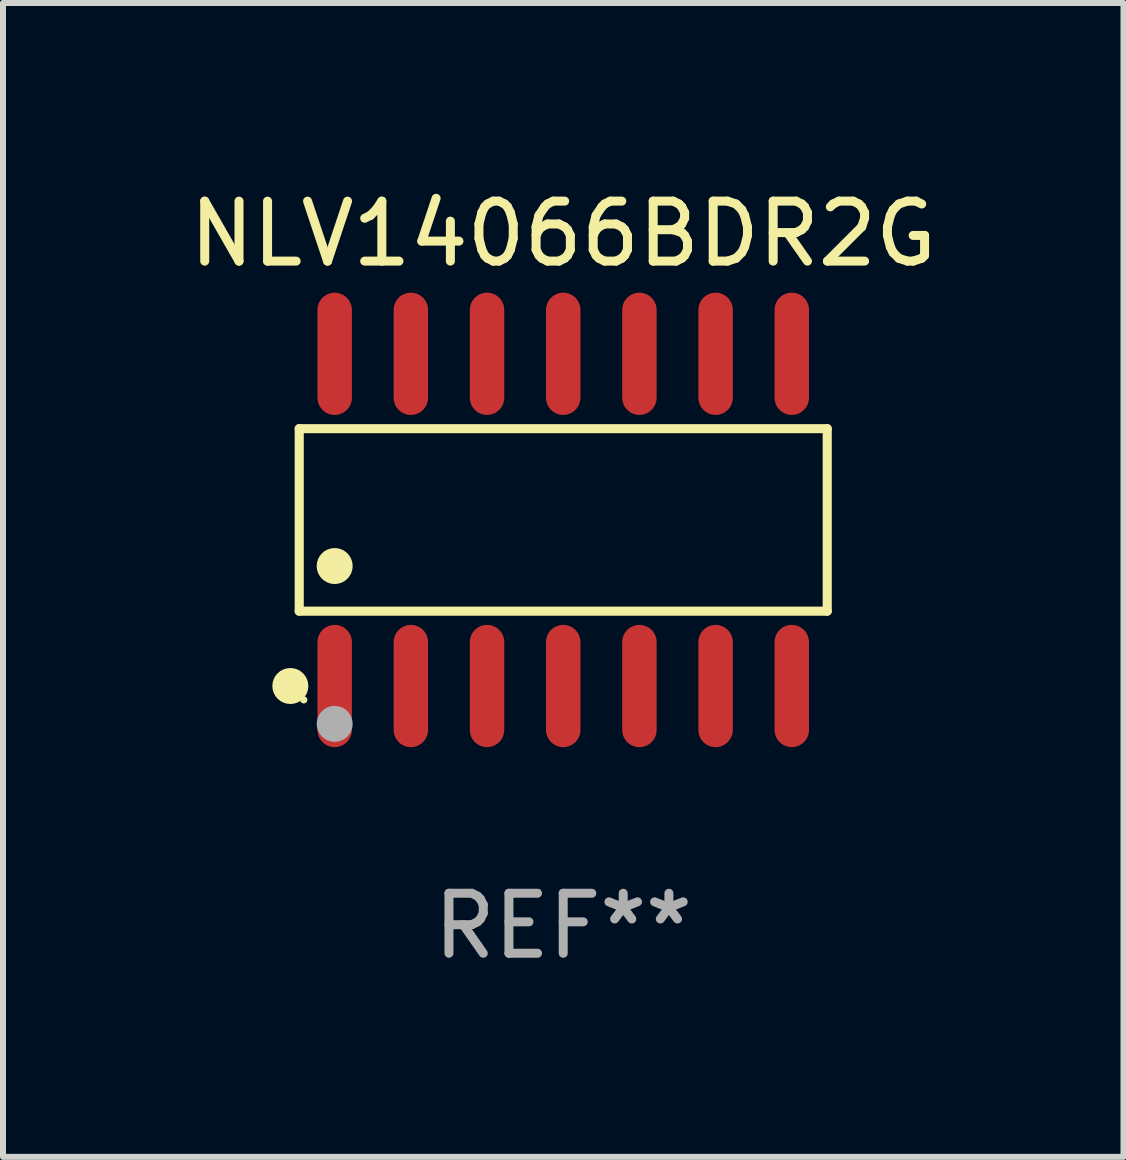
<source format=kicad_pcb>
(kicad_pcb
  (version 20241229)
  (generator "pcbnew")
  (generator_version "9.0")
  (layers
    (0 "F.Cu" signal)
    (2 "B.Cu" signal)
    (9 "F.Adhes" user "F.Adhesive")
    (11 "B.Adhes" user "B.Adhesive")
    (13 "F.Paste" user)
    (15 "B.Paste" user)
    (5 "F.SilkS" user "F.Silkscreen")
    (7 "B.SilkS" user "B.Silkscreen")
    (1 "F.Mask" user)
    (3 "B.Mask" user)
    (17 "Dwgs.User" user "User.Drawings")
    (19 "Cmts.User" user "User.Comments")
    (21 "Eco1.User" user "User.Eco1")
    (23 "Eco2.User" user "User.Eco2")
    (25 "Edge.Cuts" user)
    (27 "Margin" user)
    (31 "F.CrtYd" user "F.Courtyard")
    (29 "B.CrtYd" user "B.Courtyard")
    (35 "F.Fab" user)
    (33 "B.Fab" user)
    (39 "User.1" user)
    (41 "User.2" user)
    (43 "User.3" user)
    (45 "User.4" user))
  (footprint "NLV14066BDR2G"
    (layer "F.Cu")
    (at 6.339 5.617)
    (property "Reference" "NLV14066BDR2G" (at 0 -4.769 0) (layer "F.SilkS") (effects (font (size 1 1) (thickness 0.15))))
    (attr through_hole)
    (fp_line (start -4.401 -1.521) (end 4.401 -1.521) (stroke (width 0.152) (type solid)) (layer "F.SilkS"))
    (fp_line (start -4.401 1.521) (end -4.401 -1.521) (stroke (width 0.152) (type solid)) (layer "F.SilkS"))
    (fp_line (start 4.401 -1.521) (end 4.401 1.521) (stroke (width 0.152) (type solid)) (layer "F.SilkS"))
    (fp_line (start 4.401 1.521) (end -4.401 1.521) (stroke (width 0.152) (type solid)) (layer "F.SilkS"))
    (fp_circle (center -4.549 2.769) (end -4.399 2.769) (stroke (width 0.3) (type solid)) (fill no) (layer "F.SilkS"))
    (fp_circle (center -4.325 3) (end -4.295 3) (stroke (width 0.06) (type solid)) (fill no) (layer "F.SilkS"))
    (fp_circle (center -3.81 0.769) (end -3.66 0.769) (stroke (width 0.3) (type solid)) (fill no) (layer "F.SilkS"))
    (fp_circle (center -3.81 3.4) (end -3.66 3.4) (stroke (width 0.3) (type solid)) (fill no) (layer "F.Fab"))
    (fp_text user "REF**" (at 0 6.769 0) (layer "F.Fab") (effects (font (size 1 1) (thickness 0.15))))
    (pad "1" smd oval (at -3.81 2.769) (size 0.574 2.038) (layers "F.Cu" "F.Mask" "F.Paste"))
    (pad "2" smd oval (at -2.54 2.769) (size 0.574 2.038) (layers "F.Cu" "F.Mask" "F.Paste"))
    (pad "3" smd oval (at -1.27 2.769) (size 0.574 2.038) (layers "F.Cu" "F.Mask" "F.Paste"))
    (pad "4" smd oval (at 0 2.769) (size 0.574 2.038) (layers "F.Cu" "F.Mask" "F.Paste"))
    (pad "5" smd oval (at 1.27 2.769) (size 0.574 2.038) (layers "F.Cu" "F.Mask" "F.Paste"))
    (pad "6" smd oval (at 2.54 2.769) (size 0.574 2.038) (layers "F.Cu" "F.Mask" "F.Paste"))
    (pad "7" smd oval (at 3.81 2.769) (size 0.574 2.038) (layers "F.Cu" "F.Mask" "F.Paste"))
    (pad "8" smd oval (at 3.81 -2.769) (size 0.574 2.038) (layers "F.Cu" "F.Mask" "F.Paste"))
    (pad "9" smd oval (at 2.54 -2.769) (size 0.574 2.038) (layers "F.Cu" "F.Mask" "F.Paste"))
    (pad "10" smd oval (at 1.27 -2.769) (size 0.574 2.038) (layers "F.Cu" "F.Mask" "F.Paste"))
    (pad "11" smd oval (at 0 -2.769) (size 0.574 2.038) (layers "F.Cu" "F.Mask" "F.Paste"))
    (pad "12" smd oval (at -1.27 -2.769) (size 0.574 2.038) (layers "F.Cu" "F.Mask" "F.Paste"))
    (pad "13" smd oval (at -2.54 -2.769) (size 0.574 2.038) (layers "F.Cu" "F.Mask" "F.Paste"))
    (pad "14" smd oval (at -3.81 -2.769) (size 0.574 2.038) (layers "F.Cu" "F.Mask" "F.Paste")))
  (gr_rect
    (start -3 -3)
    (end 15.679 16.235)
    (stroke (width 0.1) (type default))
    (fill no)
    (layer "Edge.Cuts")))
</source>
